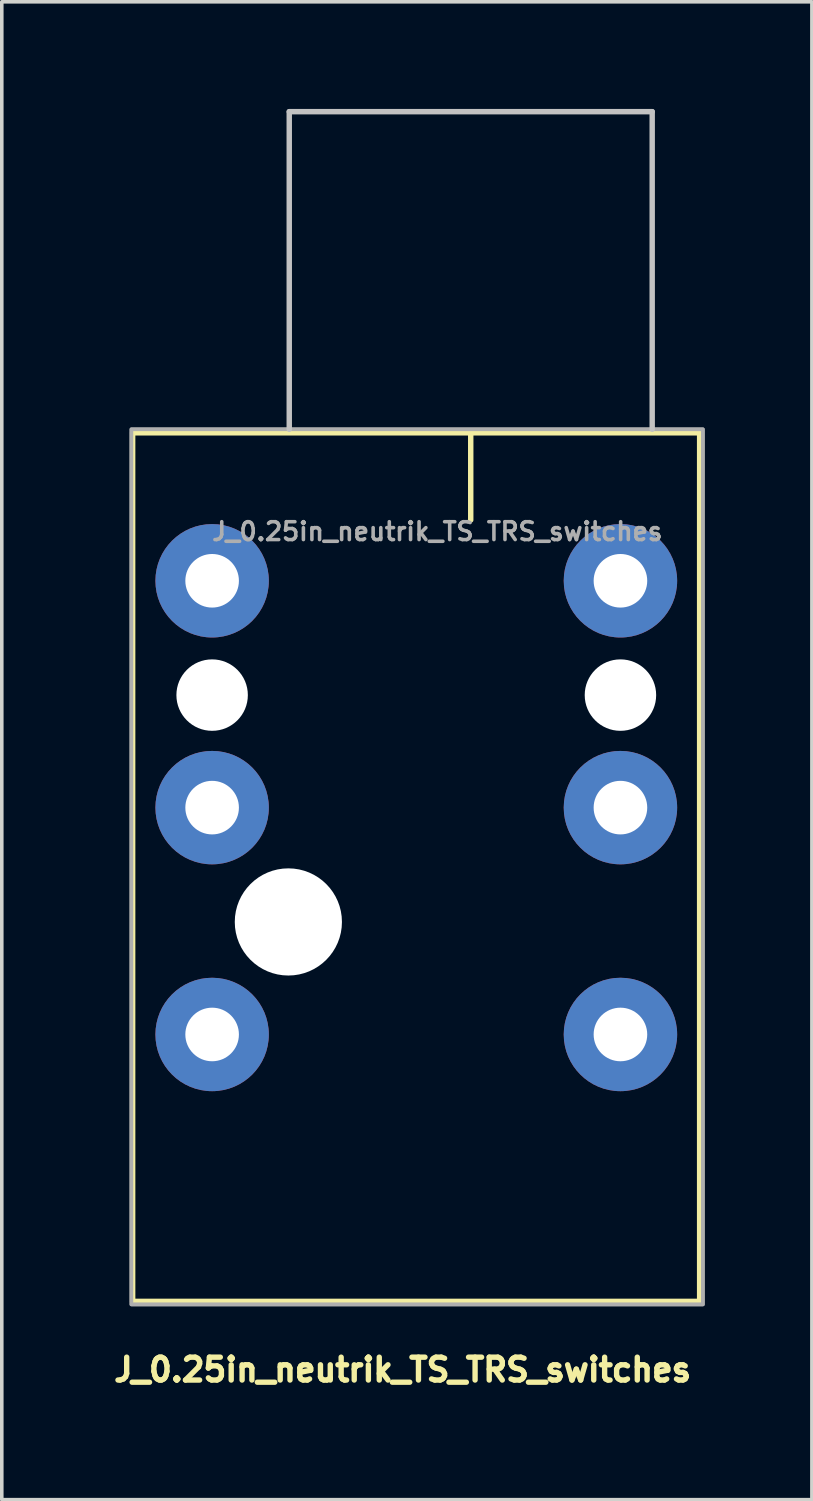
<source format=kicad_pcb>
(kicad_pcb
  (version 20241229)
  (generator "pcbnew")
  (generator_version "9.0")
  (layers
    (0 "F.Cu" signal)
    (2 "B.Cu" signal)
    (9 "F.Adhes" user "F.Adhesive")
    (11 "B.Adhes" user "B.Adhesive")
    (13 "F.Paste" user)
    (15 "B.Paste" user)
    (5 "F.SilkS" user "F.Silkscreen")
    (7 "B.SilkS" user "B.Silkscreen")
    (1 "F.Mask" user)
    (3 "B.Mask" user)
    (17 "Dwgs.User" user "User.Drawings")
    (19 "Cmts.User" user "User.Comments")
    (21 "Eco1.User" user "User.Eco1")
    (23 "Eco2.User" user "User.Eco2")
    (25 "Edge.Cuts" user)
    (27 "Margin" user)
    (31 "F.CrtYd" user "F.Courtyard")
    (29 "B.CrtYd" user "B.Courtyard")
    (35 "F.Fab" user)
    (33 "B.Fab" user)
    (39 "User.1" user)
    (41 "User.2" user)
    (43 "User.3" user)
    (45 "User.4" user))
  (footprint "J_0.25in_neutrik_TS_TRS_switches"
    (layer "F.Cu")
    (at 10.127 8.966)
    (property "Reference" "J_0.25in_neutrik_TS_TRS_switches" (at -1.905 26.327 0) (layer "F.SilkS") (effects (font (size 0.64 0.64) (thickness 0.15))))
    (attr through_hole exclude_from_pos_files)
    (fp_line (start -9.464 0.1) (end 6.408 0.1) (stroke (width 0.152) (type solid)) (layer "F.SilkS"))
    (fp_line (start -9.464 24.414) (end -9.464 0.1) (stroke (width 0.152) (type solid)) (layer "F.SilkS"))
    (fp_line (start 0 0.159) (end 0 2.54) (stroke (width 0.152) (type solid)) (layer "F.SilkS"))
    (fp_line (start 6.408 0.1) (end 6.408 24.414) (stroke (width 0.152) (type solid)) (layer "F.SilkS"))
    (fp_line (start 6.408 24.414) (end -9.464 24.414) (stroke (width 0.152) (type solid)) (layer "F.SilkS"))
    (fp_line (start -5.08 -8.89) (end 5.08 -8.89) (stroke (width 0.152) (type solid)) (layer "Dwgs.User"))
    (fp_line (start -5.08 0) (end -5.08 -8.89) (stroke (width 0.152) (type solid)) (layer "Dwgs.User"))
    (fp_line (start 5.08 -8.89) (end 5.08 0) (stroke (width 0.152) (type solid)) (layer "Dwgs.User"))
    (fp_rect (start -9.5 0) (end 6.5 24.5) (stroke (width 0.1) (type solid)) (fill no) (layer "F.Fab"))
    (fp_rect (start -9.5 0) (end 6.5 24.5) (stroke (width 0.1) (type solid)) (fill no) (layer "F.Fab"))
    (fp_text user "${REFERENCE}" (at -0.934 2.862 0) (layer "F.Fab") (effects (font (size 0.5 0.5) (thickness 0.1))))
    (pad "" np_thru_hole circle (at -7.239 7.442) (size 2 2) (drill 2) (layers "*.Cu" "*.Mask"))
    (pad "" np_thru_hole circle (at -5.105 13.792) (size 3 3) (drill 3) (layers "*.Cu" "*.Mask"))
    (pad "" np_thru_hole circle (at 4.191 7.442) (size 2 2) (drill 2) (layers "*.Cu" "*.Mask"))
    (pad "ALTPIN" thru_hole circle (at 4.191 4.242) (size 3.175 3.175) (drill 1.5) (layers "*.Cu" "*.Mask"))
    (pad "RING" thru_hole circle (at -7.239 10.592) (size 3.175 3.175) (drill 1.5) (layers "*.Cu" "*.Mask"))
    (pad "RINGSW" thru_hole circle (at 4.191 10.592) (size 3.175 3.175) (drill 1.5) (layers "*.Cu" "*.Mask"))
    (pad "SLEEVE" thru_hole circle (at -7.239 4.242) (size 3.175 3.175) (drill 1.5) (layers "*.Cu" "*.Mask"))
    (pad "TIP" thru_hole circle (at -7.239 16.942) (size 3.175 3.175) (drill 1.5) (layers "*.Cu" "*.Mask"))
    (pad "TIPSW" thru_hole circle (at 4.191 16.942) (size 3.175 3.175) (drill 1.5) (layers "*.Cu" "*.Mask")))
  (gr_rect
    (start -3 -3)
    (end 19.677 38.93)
    (stroke (width 0.1) (type default))
    (fill no)
    (layer "Edge.Cuts")))
</source>
